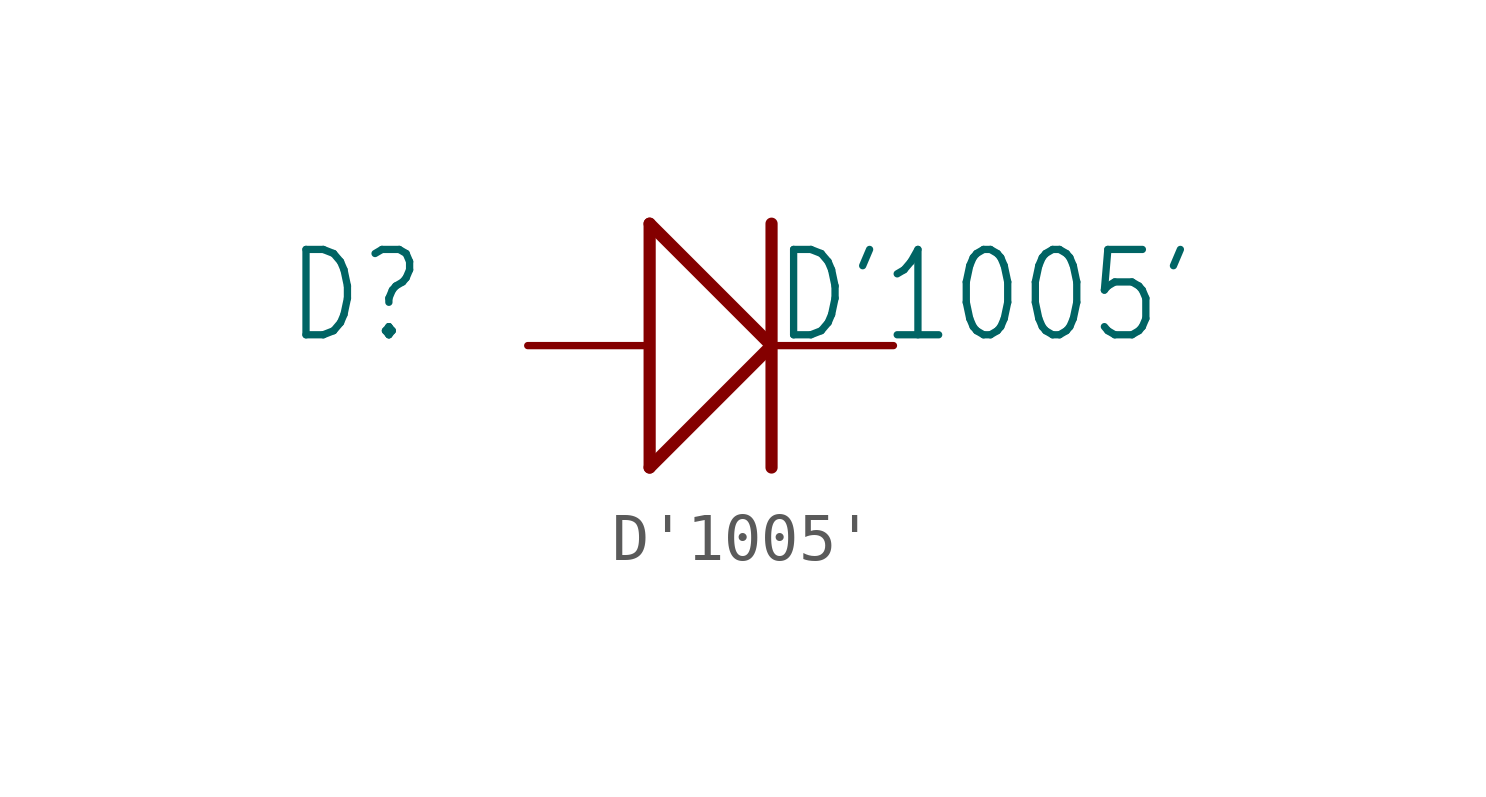
<source format=kicad_sym>
(kicad_symbol_lib
  (version 20211014)
  (generator kicad_symbol_editor)
  (symbol "D'1005'"
    (property "Reference" "D"
      (at -8.89 0 0)
      (effects (font (size 1.778 1.511)) (justify left bottom)))
    (property "Value" "D'1005'"
      (at 1.27 0 0)
      (effects (font (size 1.778 1.511)) (justify left bottom)))
    (property "ki_locked" ""
      (at 0 0 0)
      (effects (font (size 1.27 1.27))))
    (symbol "D'1005'_1_0"
      (polyline (pts (xy -1.27 -2.54) (xy -1.27 2.54)) (stroke (width 0.254) (type default) (color 0 0 0 0)) (fill (type none)))
      (polyline (pts (xy -1.27 -2.54) (xy 1.27 0)) (stroke (width 0.254) (type default) (color 0 0 0 0)) (fill (type none)))
      (polyline (pts (xy -1.27 2.54) (xy 1.27 0)) (stroke (width 0.254) (type default) (color 0 0 0 0)) (fill (type none)))
      (polyline (pts (xy 1.27 2.54) (xy 1.27 -2.54)) (stroke (width 0.254) (type default) (color 0 0 0 0)) (fill (type none)))
      (pin passive line (at -3.81 0 0) (length 2.54) (name "+" (effects (font (size 0 0)))) (number "+" (effects (font (size 0 0)))))
      (pin passive line (at 3.81 0 180) (length 2.54) (name "-" (effects (font (size 0 0)))) (number "-" (effects (font (size 0 0))))))))
</source>
